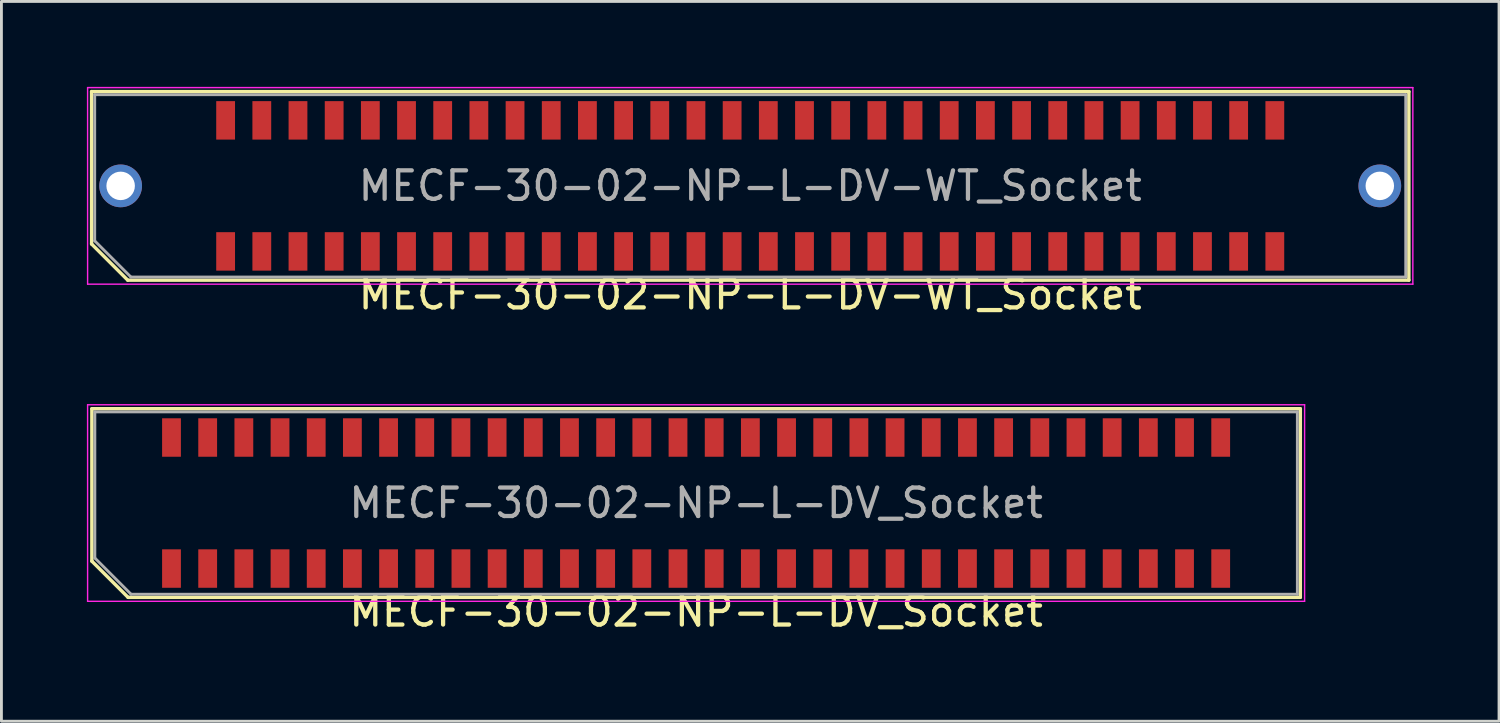
<source format=kicad_pcb>
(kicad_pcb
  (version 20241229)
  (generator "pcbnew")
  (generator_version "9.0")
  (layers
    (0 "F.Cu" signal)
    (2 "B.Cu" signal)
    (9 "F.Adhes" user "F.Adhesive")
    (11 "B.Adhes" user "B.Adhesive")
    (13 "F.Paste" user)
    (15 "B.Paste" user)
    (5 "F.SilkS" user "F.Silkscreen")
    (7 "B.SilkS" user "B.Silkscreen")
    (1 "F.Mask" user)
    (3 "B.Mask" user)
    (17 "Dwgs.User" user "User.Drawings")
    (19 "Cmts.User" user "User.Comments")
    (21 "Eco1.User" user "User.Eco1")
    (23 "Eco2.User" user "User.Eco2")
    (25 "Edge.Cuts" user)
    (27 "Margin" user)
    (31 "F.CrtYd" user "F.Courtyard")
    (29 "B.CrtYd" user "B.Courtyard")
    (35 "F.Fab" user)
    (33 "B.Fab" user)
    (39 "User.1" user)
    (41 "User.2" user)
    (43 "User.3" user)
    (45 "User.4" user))
  (footprint "MECF-30-02-NP-L-DV-WT_Socket"
    (layer "F.Cu")
    (at 23.285 3.475)
    (property "Reference" "MECF-30-02-NP-L-DV-WT_Socket" (at 0 3.81 0) (layer "F.SilkS") (effects (font (size 1 1) (thickness 0.15))))
    (attr smd)
    (fp_line (start -23.12 -3.31) (end 23.12 -3.31) (stroke (width 0.12) (type solid)) (layer "F.SilkS"))
    (fp_line (start -23.12 2.04) (end -23.12 -3.31) (stroke (width 0.12) (type solid)) (layer "F.SilkS"))
    (fp_line (start -21.85 3.31) (end -23.12 2.04) (stroke (width 0.12) (type solid)) (layer "F.SilkS"))
    (fp_line (start -21.85 3.31) (end 23.12 3.31) (stroke (width 0.12) (type solid)) (layer "F.SilkS"))
    (fp_line (start 23.12 3.31) (end 23.12 -3.31) (stroke (width 0.12) (type solid)) (layer "F.SilkS"))
    (fp_line (start -23.26 -3.45) (end -23.26 3.45) (stroke (width 0.05) (type solid)) (layer "F.CrtYd"))
    (fp_line (start -23.26 3.45) (end 23.26 3.45) (stroke (width 0.05) (type solid)) (layer "F.CrtYd"))
    (fp_line (start 23.26 -3.45) (end -23.26 -3.45) (stroke (width 0.05) (type solid)) (layer "F.CrtYd"))
    (fp_line (start 23.26 3.45) (end 23.26 -3.45) (stroke (width 0.05) (type solid)) (layer "F.CrtYd"))
    (fp_line (start -23.01 -3.2) (end 23.01 -3.2) (stroke (width 0.1) (type solid)) (layer "F.Fab"))
    (fp_line (start -23.01 1.93) (end -23.01 -3.2) (stroke (width 0.1) (type solid)) (layer "F.Fab"))
    (fp_line (start -23.01 1.93) (end -21.74 3.2) (stroke (width 0.1) (type solid)) (layer "F.Fab"))
    (fp_line (start -21.74 3.2) (end 23.01 3.2) (stroke (width 0.1) (type solid)) (layer "F.Fab"))
    (fp_line (start 23.01 3.2) (end 23.01 -3.2) (stroke (width 0.1) (type solid)) (layer "F.Fab"))
    (fp_text user "${REFERENCE}" (at 0 0 0) (layer "F.Fab") (effects (font (size 1 1) (thickness 0.15))))
    (pad "" thru_hole circle (at -22.1 0) (size 1.5 1.5) (drill 1) (layers "*.Cu" "*.Mask"))
    (pad "" np_thru_hole circle (at -20.195 0) (size 0.001 0.001) (drill 1.45) (layers "*.Cu" "*.Mask"))
    (pad "" np_thru_hole circle (at 20.195 1) (size 0.001 0.001) (drill 1.45) (layers "*.Cu" "*.Mask"))
    (pad "" thru_hole circle (at 22.1 0) (size 1.5 1.5) (drill 1) (layers "*.Cu" "*.Mask"))
    (pad "1" smd rect (at -18.415 2.3) (size 0.66 1.35) (layers "F.Cu" "F.Mask" "F.Paste"))
    (pad "2" smd rect (at -18.415 -2.3) (size 0.66 1.35) (layers "F.Cu" "F.Mask" "F.Paste"))
    (pad "3" smd rect (at -17.145 2.3) (size 0.66 1.35) (layers "F.Cu" "F.Mask" "F.Paste"))
    (pad "4" smd rect (at -17.145 -2.3) (size 0.66 1.35) (layers "F.Cu" "F.Mask" "F.Paste"))
    (pad "5" smd rect (at -15.875 2.3) (size 0.66 1.35) (layers "F.Cu" "F.Mask" "F.Paste"))
    (pad "6" smd rect (at -15.875 -2.3) (size 0.66 1.35) (layers "F.Cu" "F.Mask" "F.Paste"))
    (pad "7" smd rect (at -14.605 2.3) (size 0.66 1.35) (layers "F.Cu" "F.Mask" "F.Paste"))
    (pad "8" smd rect (at -14.605 -2.3) (size 0.66 1.35) (layers "F.Cu" "F.Mask" "F.Paste"))
    (pad "9" smd rect (at -13.335 2.3) (size 0.66 1.35) (layers "F.Cu" "F.Mask" "F.Paste"))
    (pad "10" smd rect (at -13.335 -2.3) (size 0.66 1.35) (layers "F.Cu" "F.Mask" "F.Paste"))
    (pad "11" smd rect (at -12.065 2.3) (size 0.66 1.35) (layers "F.Cu" "F.Mask" "F.Paste"))
    (pad "12" smd rect (at -12.065 -2.3) (size 0.66 1.35) (layers "F.Cu" "F.Mask" "F.Paste"))
    (pad "13" smd rect (at -10.795 2.3) (size 0.66 1.35) (layers "F.Cu" "F.Mask" "F.Paste"))
    (pad "14" smd rect (at -10.795 -2.3) (size 0.66 1.35) (layers "F.Cu" "F.Mask" "F.Paste"))
    (pad "15" smd rect (at -9.525 2.3) (size 0.66 1.35) (layers "F.Cu" "F.Mask" "F.Paste"))
    (pad "16" smd rect (at -9.525 -2.3) (size 0.66 1.35) (layers "F.Cu" "F.Mask" "F.Paste"))
    (pad "17" smd rect (at -8.255 2.3) (size 0.66 1.35) (layers "F.Cu" "F.Mask" "F.Paste"))
    (pad "18" smd rect (at -8.255 -2.3) (size 0.66 1.35) (layers "F.Cu" "F.Mask" "F.Paste"))
    (pad "19" smd rect (at -6.985 2.3) (size 0.66 1.35) (layers "F.Cu" "F.Mask" "F.Paste"))
    (pad "20" smd rect (at -6.985 -2.3) (size 0.66 1.35) (layers "F.Cu" "F.Mask" "F.Paste"))
    (pad "21" smd rect (at -5.715 2.3) (size 0.66 1.35) (layers "F.Cu" "F.Mask" "F.Paste"))
    (pad "22" smd rect (at -5.715 -2.3) (size 0.66 1.35) (layers "F.Cu" "F.Mask" "F.Paste"))
    (pad "23" smd rect (at -4.445 2.3) (size 0.66 1.35) (layers "F.Cu" "F.Mask" "F.Paste"))
    (pad "24" smd rect (at -4.445 -2.3) (size 0.66 1.35) (layers "F.Cu" "F.Mask" "F.Paste"))
    (pad "25" smd rect (at -3.175 2.3) (size 0.66 1.35) (layers "F.Cu" "F.Mask" "F.Paste"))
    (pad "26" smd rect (at -3.175 -2.3) (size 0.66 1.35) (layers "F.Cu" "F.Mask" "F.Paste"))
    (pad "27" smd rect (at -1.905 2.3) (size 0.66 1.35) (layers "F.Cu" "F.Mask" "F.Paste"))
    (pad "28" smd rect (at -1.905 -2.3) (size 0.66 1.35) (layers "F.Cu" "F.Mask" "F.Paste"))
    (pad "29" smd rect (at -0.635 2.3) (size 0.66 1.35) (layers "F.Cu" "F.Mask" "F.Paste"))
    (pad "30" smd rect (at -0.635 -2.3) (size 0.66 1.35) (layers "F.Cu" "F.Mask" "F.Paste"))
    (pad "31" smd rect (at 0.635 2.3) (size 0.66 1.35) (layers "F.Cu" "F.Mask" "F.Paste"))
    (pad "32" smd rect (at 0.635 -2.3) (size 0.66 1.35) (layers "F.Cu" "F.Mask" "F.Paste"))
    (pad "33" smd rect (at 1.905 2.3) (size 0.66 1.35) (layers "F.Cu" "F.Mask" "F.Paste"))
    (pad "34" smd rect (at 1.905 -2.3) (size 0.66 1.35) (layers "F.Cu" "F.Mask" "F.Paste"))
    (pad "35" smd rect (at 3.175 2.3) (size 0.66 1.35) (layers "F.Cu" "F.Mask" "F.Paste"))
    (pad "36" smd rect (at 3.175 -2.3) (size 0.66 1.35) (layers "F.Cu" "F.Mask" "F.Paste"))
    (pad "37" smd rect (at 4.445 2.3) (size 0.66 1.35) (layers "F.Cu" "F.Mask" "F.Paste"))
    (pad "38" smd rect (at 4.445 -2.3) (size 0.66 1.35) (layers "F.Cu" "F.Mask" "F.Paste"))
    (pad "39" smd rect (at 5.715 2.3) (size 0.66 1.35) (layers "F.Cu" "F.Mask" "F.Paste"))
    (pad "40" smd rect (at 5.715 -2.3) (size 0.66 1.35) (layers "F.Cu" "F.Mask" "F.Paste"))
    (pad "41" smd rect (at 6.985 2.3) (size 0.66 1.35) (layers "F.Cu" "F.Mask" "F.Paste"))
    (pad "42" smd rect (at 6.985 -2.3) (size 0.66 1.35) (layers "F.Cu" "F.Mask" "F.Paste"))
    (pad "43" smd rect (at 8.255 2.3) (size 0.66 1.35) (layers "F.Cu" "F.Mask" "F.Paste"))
    (pad "44" smd rect (at 8.255 -2.3) (size 0.66 1.35) (layers "F.Cu" "F.Mask" "F.Paste"))
    (pad "45" smd rect (at 9.525 2.3) (size 0.66 1.35) (layers "F.Cu" "F.Mask" "F.Paste"))
    (pad "46" smd rect (at 9.525 -2.3) (size 0.66 1.35) (layers "F.Cu" "F.Mask" "F.Paste"))
    (pad "47" smd rect (at 10.795 2.3) (size 0.66 1.35) (layers "F.Cu" "F.Mask" "F.Paste"))
    (pad "48" smd rect (at 10.795 -2.3) (size 0.66 1.35) (layers "F.Cu" "F.Mask" "F.Paste"))
    (pad "49" smd rect (at 12.065 2.3) (size 0.66 1.35) (layers "F.Cu" "F.Mask" "F.Paste"))
    (pad "50" smd rect (at 12.065 -2.3) (size 0.66 1.35) (layers "F.Cu" "F.Mask" "F.Paste"))
    (pad "51" smd rect (at 13.335 2.3) (size 0.66 1.35) (layers "F.Cu" "F.Mask" "F.Paste"))
    (pad "52" smd rect (at 13.335 -2.3) (size 0.66 1.35) (layers "F.Cu" "F.Mask" "F.Paste"))
    (pad "53" smd rect (at 14.605 2.3) (size 0.66 1.35) (layers "F.Cu" "F.Mask" "F.Paste"))
    (pad "54" smd rect (at 14.605 -2.3) (size 0.66 1.35) (layers "F.Cu" "F.Mask" "F.Paste"))
    (pad "55" smd rect (at 15.875 2.3) (size 0.66 1.35) (layers "F.Cu" "F.Mask" "F.Paste"))
    (pad "56" smd rect (at 15.875 -2.3) (size 0.66 1.35) (layers "F.Cu" "F.Mask" "F.Paste"))
    (pad "57" smd rect (at 17.145 2.3) (size 0.66 1.35) (layers "F.Cu" "F.Mask" "F.Paste"))
    (pad "58" smd rect (at 17.145 -2.3) (size 0.66 1.35) (layers "F.Cu" "F.Mask" "F.Paste"))
    (pad "59" smd rect (at 18.415 2.3) (size 0.66 1.35) (layers "F.Cu" "F.Mask" "F.Paste"))
    (pad "60" smd rect (at 18.415 -2.3) (size 0.66 1.35) (layers "F.Cu" "F.Mask" "F.Paste")))
  (footprint "MECF-30-02-NP-L-DV_Socket"
    (layer "F.Cu")
    (at 21.385 14.608)
    (property "Reference" "MECF-30-02-NP-L-DV_Socket" (at 0 3.81 0) (layer "F.SilkS") (effects (font (size 1 1) (thickness 0.15))))
    (attr smd)
    (fp_line (start -21.21 -3.31) (end 21.21 -3.31) (stroke (width 0.12) (type solid)) (layer "F.SilkS"))
    (fp_line (start -21.21 2.04) (end -21.21 -3.31) (stroke (width 0.12) (type solid)) (layer "F.SilkS"))
    (fp_line (start -19.94 3.31) (end -21.21 2.04) (stroke (width 0.12) (type solid)) (layer "F.SilkS"))
    (fp_line (start -19.94 3.31) (end 21.21 3.31) (stroke (width 0.12) (type solid)) (layer "F.SilkS"))
    (fp_line (start 21.21 3.31) (end 21.21 -3.31) (stroke (width 0.12) (type solid)) (layer "F.SilkS"))
    (fp_line (start -21.36 -3.45) (end -21.36 3.45) (stroke (width 0.05) (type solid)) (layer "F.CrtYd"))
    (fp_line (start -21.36 3.45) (end 21.36 3.45) (stroke (width 0.05) (type solid)) (layer "F.CrtYd"))
    (fp_line (start 21.36 -3.45) (end -21.36 -3.45) (stroke (width 0.05) (type solid)) (layer "F.CrtYd"))
    (fp_line (start 21.36 3.45) (end 21.36 -3.45) (stroke (width 0.05) (type solid)) (layer "F.CrtYd"))
    (fp_line (start -21.105 -3.2) (end 21.105 -3.2) (stroke (width 0.1) (type solid)) (layer "F.Fab"))
    (fp_line (start -21.105 1.93) (end -21.105 -3.2) (stroke (width 0.1) (type solid)) (layer "F.Fab"))
    (fp_line (start -21.105 1.93) (end -19.835 3.2) (stroke (width 0.1) (type solid)) (layer "F.Fab"))
    (fp_line (start -19.835 3.2) (end 21.105 3.2) (stroke (width 0.1) (type solid)) (layer "F.Fab"))
    (fp_line (start 21.105 3.2) (end 21.105 -3.2) (stroke (width 0.1) (type solid)) (layer "F.Fab"))
    (fp_text user "${REFERENCE}" (at 0 0 0) (layer "F.Fab") (effects (font (size 1 1) (thickness 0.15))))
    (pad "" np_thru_hole circle (at -20.195 0) (size 0.001 0.001) (drill 1.45) (layers "*.Cu" "*.Mask"))
    (pad "" np_thru_hole circle (at 20.195 1) (size 0.001 0.001) (drill 1.45) (layers "*.Cu" "*.Mask"))
    (pad "1" smd rect (at -18.415 2.3) (size 0.66 1.35) (layers "F.Cu" "F.Mask" "F.Paste"))
    (pad "2" smd rect (at -18.415 -2.3) (size 0.66 1.35) (layers "F.Cu" "F.Mask" "F.Paste"))
    (pad "3" smd rect (at -17.145 2.3) (size 0.66 1.35) (layers "F.Cu" "F.Mask" "F.Paste"))
    (pad "4" smd rect (at -17.145 -2.3) (size 0.66 1.35) (layers "F.Cu" "F.Mask" "F.Paste"))
    (pad "5" smd rect (at -15.875 2.3) (size 0.66 1.35) (layers "F.Cu" "F.Mask" "F.Paste"))
    (pad "6" smd rect (at -15.875 -2.3) (size 0.66 1.35) (layers "F.Cu" "F.Mask" "F.Paste"))
    (pad "7" smd rect (at -14.605 2.3) (size 0.66 1.35) (layers "F.Cu" "F.Mask" "F.Paste"))
    (pad "8" smd rect (at -14.605 -2.3) (size 0.66 1.35) (layers "F.Cu" "F.Mask" "F.Paste"))
    (pad "9" smd rect (at -13.335 2.3) (size 0.66 1.35) (layers "F.Cu" "F.Mask" "F.Paste"))
    (pad "10" smd rect (at -13.335 -2.3) (size 0.66 1.35) (layers "F.Cu" "F.Mask" "F.Paste"))
    (pad "11" smd rect (at -12.065 2.3) (size 0.66 1.35) (layers "F.Cu" "F.Mask" "F.Paste"))
    (pad "12" smd rect (at -12.065 -2.3) (size 0.66 1.35) (layers "F.Cu" "F.Mask" "F.Paste"))
    (pad "13" smd rect (at -10.795 2.3) (size 0.66 1.35) (layers "F.Cu" "F.Mask" "F.Paste"))
    (pad "14" smd rect (at -10.795 -2.3) (size 0.66 1.35) (layers "F.Cu" "F.Mask" "F.Paste"))
    (pad "15" smd rect (at -9.525 2.3) (size 0.66 1.35) (layers "F.Cu" "F.Mask" "F.Paste"))
    (pad "16" smd rect (at -9.525 -2.3) (size 0.66 1.35) (layers "F.Cu" "F.Mask" "F.Paste"))
    (pad "17" smd rect (at -8.255 2.3) (size 0.66 1.35) (layers "F.Cu" "F.Mask" "F.Paste"))
    (pad "18" smd rect (at -8.255 -2.3) (size 0.66 1.35) (layers "F.Cu" "F.Mask" "F.Paste"))
    (pad "19" smd rect (at -6.985 2.3) (size 0.66 1.35) (layers "F.Cu" "F.Mask" "F.Paste"))
    (pad "20" smd rect (at -6.985 -2.3) (size 0.66 1.35) (layers "F.Cu" "F.Mask" "F.Paste"))
    (pad "21" smd rect (at -5.715 2.3) (size 0.66 1.35) (layers "F.Cu" "F.Mask" "F.Paste"))
    (pad "22" smd rect (at -5.715 -2.3) (size 0.66 1.35) (layers "F.Cu" "F.Mask" "F.Paste"))
    (pad "23" smd rect (at -4.445 2.3) (size 0.66 1.35) (layers "F.Cu" "F.Mask" "F.Paste"))
    (pad "24" smd rect (at -4.445 -2.3) (size 0.66 1.35) (layers "F.Cu" "F.Mask" "F.Paste"))
    (pad "25" smd rect (at -3.175 2.3) (size 0.66 1.35) (layers "F.Cu" "F.Mask" "F.Paste"))
    (pad "26" smd rect (at -3.175 -2.3) (size 0.66 1.35) (layers "F.Cu" "F.Mask" "F.Paste"))
    (pad "27" smd rect (at -1.905 2.3) (size 0.66 1.35) (layers "F.Cu" "F.Mask" "F.Paste"))
    (pad "28" smd rect (at -1.905 -2.3) (size 0.66 1.35) (layers "F.Cu" "F.Mask" "F.Paste"))
    (pad "29" smd rect (at -0.635 2.3) (size 0.66 1.35) (layers "F.Cu" "F.Mask" "F.Paste"))
    (pad "30" smd rect (at -0.635 -2.3) (size 0.66 1.35) (layers "F.Cu" "F.Mask" "F.Paste"))
    (pad "31" smd rect (at 0.635 2.3) (size 0.66 1.35) (layers "F.Cu" "F.Mask" "F.Paste"))
    (pad "32" smd rect (at 0.635 -2.3) (size 0.66 1.35) (layers "F.Cu" "F.Mask" "F.Paste"))
    (pad "33" smd rect (at 1.905 2.3) (size 0.66 1.35) (layers "F.Cu" "F.Mask" "F.Paste"))
    (pad "34" smd rect (at 1.905 -2.3) (size 0.66 1.35) (layers "F.Cu" "F.Mask" "F.Paste"))
    (pad "35" smd rect (at 3.175 2.3) (size 0.66 1.35) (layers "F.Cu" "F.Mask" "F.Paste"))
    (pad "36" smd rect (at 3.175 -2.3) (size 0.66 1.35) (layers "F.Cu" "F.Mask" "F.Paste"))
    (pad "37" smd rect (at 4.445 2.3) (size 0.66 1.35) (layers "F.Cu" "F.Mask" "F.Paste"))
    (pad "38" smd rect (at 4.445 -2.3) (size 0.66 1.35) (layers "F.Cu" "F.Mask" "F.Paste"))
    (pad "39" smd rect (at 5.715 2.3) (size 0.66 1.35) (layers "F.Cu" "F.Mask" "F.Paste"))
    (pad "40" smd rect (at 5.715 -2.3) (size 0.66 1.35) (layers "F.Cu" "F.Mask" "F.Paste"))
    (pad "41" smd rect (at 6.985 2.3) (size 0.66 1.35) (layers "F.Cu" "F.Mask" "F.Paste"))
    (pad "42" smd rect (at 6.985 -2.3) (size 0.66 1.35) (layers "F.Cu" "F.Mask" "F.Paste"))
    (pad "43" smd rect (at 8.255 2.3) (size 0.66 1.35) (layers "F.Cu" "F.Mask" "F.Paste"))
    (pad "44" smd rect (at 8.255 -2.3) (size 0.66 1.35) (layers "F.Cu" "F.Mask" "F.Paste"))
    (pad "45" smd rect (at 9.525 2.3) (size 0.66 1.35) (layers "F.Cu" "F.Mask" "F.Paste"))
    (pad "46" smd rect (at 9.525 -2.3) (size 0.66 1.35) (layers "F.Cu" "F.Mask" "F.Paste"))
    (pad "47" smd rect (at 10.795 2.3) (size 0.66 1.35) (layers "F.Cu" "F.Mask" "F.Paste"))
    (pad "48" smd rect (at 10.795 -2.3) (size 0.66 1.35) (layers "F.Cu" "F.Mask" "F.Paste"))
    (pad "49" smd rect (at 12.065 2.3) (size 0.66 1.35) (layers "F.Cu" "F.Mask" "F.Paste"))
    (pad "50" smd rect (at 12.065 -2.3) (size 0.66 1.35) (layers "F.Cu" "F.Mask" "F.Paste"))
    (pad "51" smd rect (at 13.335 2.3) (size 0.66 1.35) (layers "F.Cu" "F.Mask" "F.Paste"))
    (pad "52" smd rect (at 13.335 -2.3) (size 0.66 1.35) (layers "F.Cu" "F.Mask" "F.Paste"))
    (pad "53" smd rect (at 14.605 2.3) (size 0.66 1.35) (layers "F.Cu" "F.Mask" "F.Paste"))
    (pad "54" smd rect (at 14.605 -2.3) (size 0.66 1.35) (layers "F.Cu" "F.Mask" "F.Paste"))
    (pad "55" smd rect (at 15.875 2.3) (size 0.66 1.35) (layers "F.Cu" "F.Mask" "F.Paste"))
    (pad "56" smd rect (at 15.875 -2.3) (size 0.66 1.35) (layers "F.Cu" "F.Mask" "F.Paste"))
    (pad "57" smd rect (at 17.145 2.3) (size 0.66 1.35) (layers "F.Cu" "F.Mask" "F.Paste"))
    (pad "58" smd rect (at 17.145 -2.3) (size 0.66 1.35) (layers "F.Cu" "F.Mask" "F.Paste"))
    (pad "59" smd rect (at 18.415 2.3) (size 0.66 1.35) (layers "F.Cu" "F.Mask" "F.Paste"))
    (pad "60" smd rect (at 18.415 -2.3) (size 0.66 1.35) (layers "F.Cu" "F.Mask" "F.Paste")))
  (gr_rect
    (start -3 -3)
    (end 49.57 22.267)
    (stroke (width 0.1) (type default))
    (fill no)
    (layer "Edge.Cuts")))
</source>
